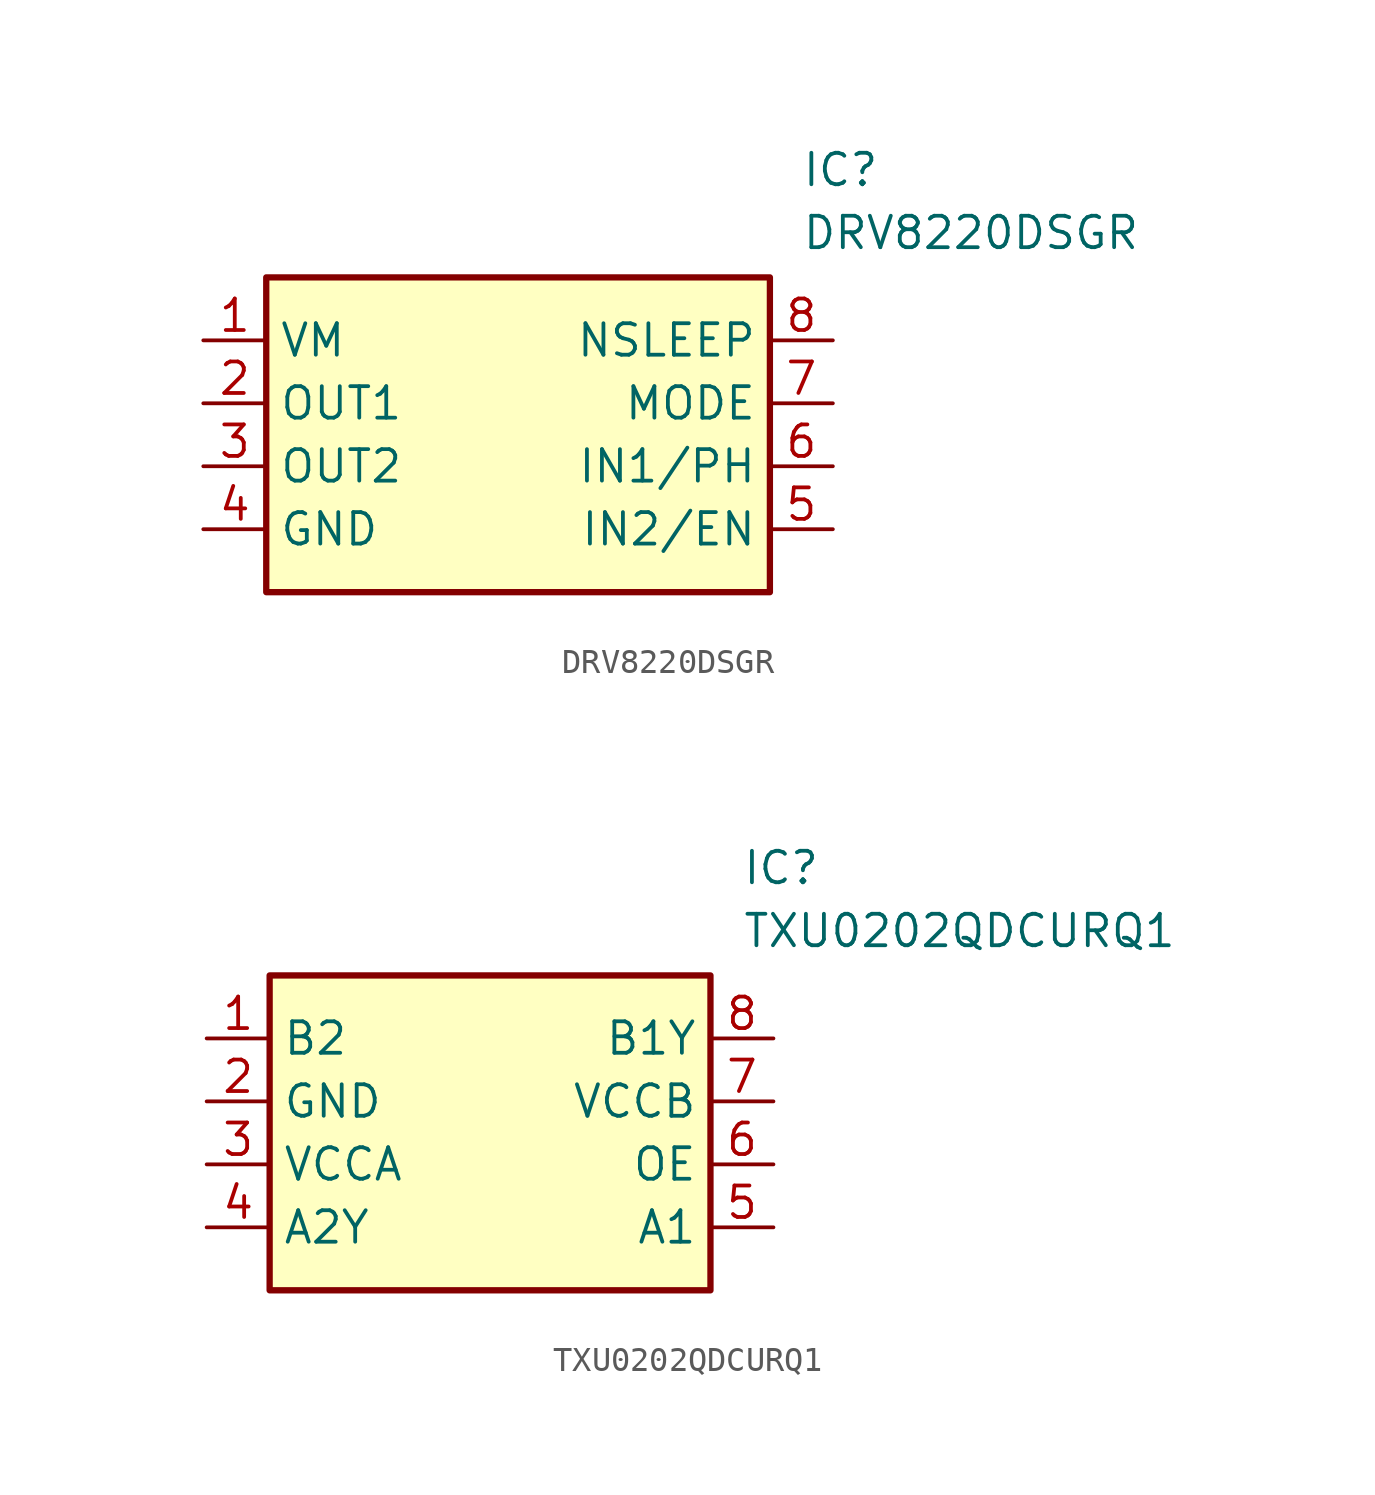
<source format=kicad_sym>
(kicad_symbol_lib
  (version 20231120)
  (generator "kicad_symbol_editor")
  (generator_version "8.0")
  (symbol "DRV8220DSGR"
    (property "Reference" "IC"
      (at 26.67 7.62 0)
      (effects (font (size 1.27 1.27)) (justify left top)))
    (property "Value" "DRV8220DSGR"
      (at 26.67 5.08 0)
      (effects (font (size 1.27 1.27)) (justify left top)))
    (symbol "DRV8220DSGR_1_1"
      (rectangle (start 5.08 2.54) (end 25.4 -10.16) (stroke (width 0.254) (type default)) (fill (type background)))
      (pin power_in line (at 2.54 0 0) (length 2.54) (name "VM" (effects (font (size 1.27 1.27)))) (number "1" (effects (font (size 1.27 1.27)))))
      (pin output line (at 2.54 -2.54 0) (length 2.54) (name "OUT1" (effects (font (size 1.27 1.27)))) (number "2" (effects (font (size 1.27 1.27)))))
      (pin output line (at 2.54 -5.08 0) (length 2.54) (name "OUT2" (effects (font (size 1.27 1.27)))) (number "3" (effects (font (size 1.27 1.27)))))
      (pin power_in line (at 2.54 -7.62 0) (length 2.54) (name "GND" (effects (font (size 1.27 1.27)))) (number "4" (effects (font (size 1.27 1.27)))))
      (pin input line (at 27.94 -7.62 180) (length 2.54) (name "IN2/EN" (effects (font (size 1.27 1.27)))) (number "5" (effects (font (size 1.27 1.27)))))
      (pin input line (at 27.94 -5.08 180) (length 2.54) (name "IN1/PH" (effects (font (size 1.27 1.27)))) (number "6" (effects (font (size 1.27 1.27)))))
      (pin input line (at 27.94 -2.54 180) (length 2.54) (name "MODE" (effects (font (size 1.27 1.27)))) (number "7" (effects (font (size 1.27 1.27)))))
      (pin input line (at 27.94 0 180) (length 2.54) (name "NSLEEP" (effects (font (size 1.27 1.27)))) (number "8" (effects (font (size 1.27 1.27)))))))
  (symbol "TXU0202QDCURQ1"
    (property "Reference" "IC"
      (at 24.13 7.62 0)
      (effects (font (size 1.27 1.27)) (justify left top)))
    (property "Value" "TXU0202QDCURQ1"
      (at 24.13 5.08 0)
      (effects (font (size 1.27 1.27)) (justify left top)))
    (symbol "TXU0202QDCURQ1_1_1"
      (rectangle (start 5.08 2.54) (end 22.86 -10.16) (stroke (width 0.254) (type default)) (fill (type background)))
      (pin input line (at 2.54 0 0) (length 2.54) (name "B2" (effects (font (size 1.27 1.27)))) (number "1" (effects (font (size 1.27 1.27)))))
      (pin power_in line (at 2.54 -2.54 0) (length 2.54) (name "GND" (effects (font (size 1.27 1.27)))) (number "2" (effects (font (size 1.27 1.27)))))
      (pin power_in line (at 2.54 -5.08 0) (length 2.54) (name "VCCA" (effects (font (size 1.27 1.27)))) (number "3" (effects (font (size 1.27 1.27)))))
      (pin output line (at 2.54 -7.62 0) (length 2.54) (name "A2Y" (effects (font (size 1.27 1.27)))) (number "4" (effects (font (size 1.27 1.27)))))
      (pin input line (at 25.4 -7.62 180) (length 2.54) (name "A1" (effects (font (size 1.27 1.27)))) (number "5" (effects (font (size 1.27 1.27)))))
      (pin input line (at 25.4 -5.08 180) (length 2.54) (name "OE" (effects (font (size 1.27 1.27)))) (number "6" (effects (font (size 1.27 1.27)))))
      (pin power_in line (at 25.4 -2.54 180) (length 2.54) (name "VCCB" (effects (font (size 1.27 1.27)))) (number "7" (effects (font (size 1.27 1.27)))))
      (pin output line (at 25.4 0 180) (length 2.54) (name "B1Y" (effects (font (size 1.27 1.27)))) (number "8" (effects (font (size 1.27 1.27))))))))
</source>
